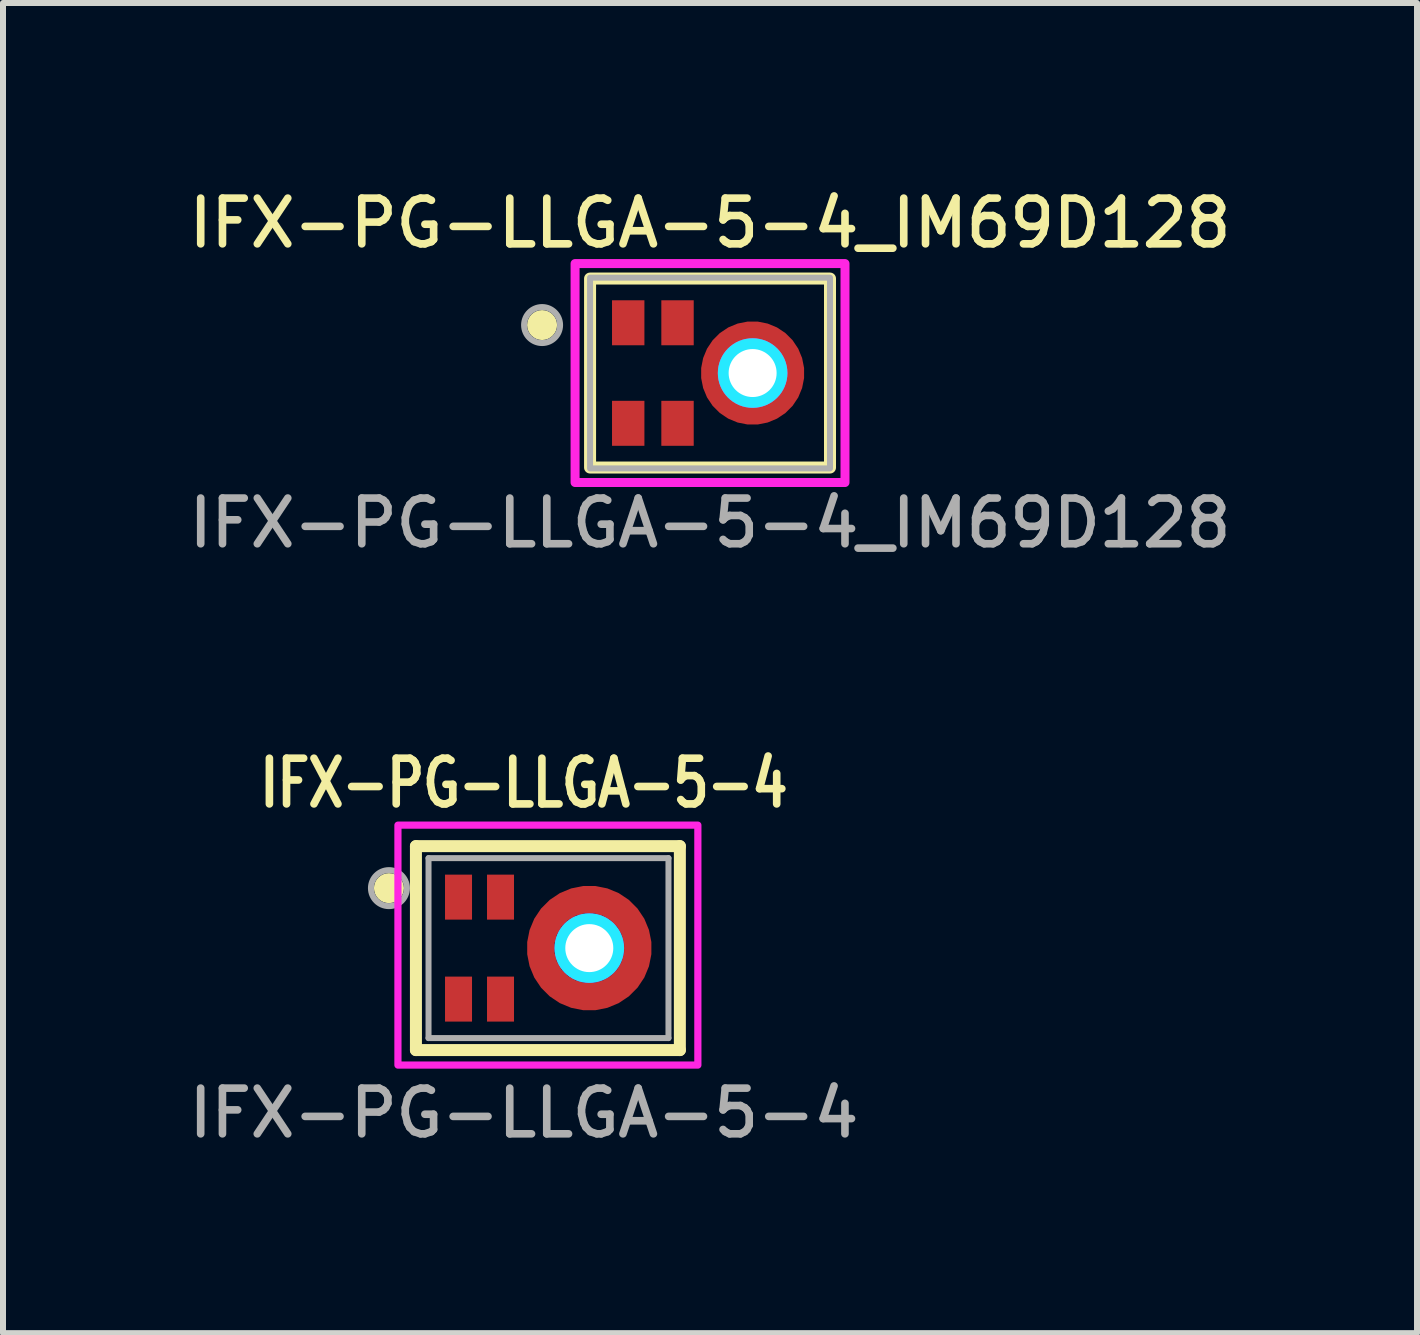
<source format=kicad_pcb>
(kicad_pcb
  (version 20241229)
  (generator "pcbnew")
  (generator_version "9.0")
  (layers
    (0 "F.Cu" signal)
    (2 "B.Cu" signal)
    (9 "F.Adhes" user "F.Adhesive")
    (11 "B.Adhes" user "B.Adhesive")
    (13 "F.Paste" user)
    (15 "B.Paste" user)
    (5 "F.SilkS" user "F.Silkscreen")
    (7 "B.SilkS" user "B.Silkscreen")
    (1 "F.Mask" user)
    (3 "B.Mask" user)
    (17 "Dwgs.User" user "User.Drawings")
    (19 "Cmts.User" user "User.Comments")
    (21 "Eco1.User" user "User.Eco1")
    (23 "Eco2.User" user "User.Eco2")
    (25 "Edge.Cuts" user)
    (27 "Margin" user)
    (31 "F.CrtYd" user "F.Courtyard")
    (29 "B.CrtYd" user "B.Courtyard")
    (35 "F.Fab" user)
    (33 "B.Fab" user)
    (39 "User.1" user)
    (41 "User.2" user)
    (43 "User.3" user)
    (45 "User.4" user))
  (footprint "IFX-PG-LLGA-5-4_IM69D128"
    (layer "F.Cu")
    (at 8.787 3.169)
    (property "Reference" "IFX-PG-LLGA-5-4_IM69D128" (at 0 -2.5 0) (unlocked yes) (layer "F.SilkS") (effects (font (size 0.762 0.762) (thickness 0.127) (bold yes))))
    (attr smd)
    (fp_circle (center 0.71 0) (end 1.15 0) (stroke (width 0.12) (type solid)) (fill no) (layer "F.Mask"))
    (fp_rect (start -2 -1.575) (end 2 1.575) (stroke (width 0.2) (type solid)) (fill no) (layer "F.SilkS"))
    (fp_circle (center -2.8 -0.8) (end -2.8 -0.675) (stroke (width 0.25) (type solid)) (fill no) (layer "F.SilkS"))
    (fp_line (start -1.36 -0.715) (end -1.36 -0.965) (stroke (width 0.4) (type solid)) (layer "F.Paste"))
    (fp_line (start -1.36 0.965) (end -1.36 0.715) (stroke (width 0.4) (type solid)) (layer "F.Paste"))
    (fp_line (start -0.54 -0.715) (end -0.54 -0.965) (stroke (width 0.4) (type solid)) (layer "F.Paste"))
    (fp_line (start -0.54 0.965) (end -0.54 0.715) (stroke (width 0.4) (type solid)) (layer "F.Paste"))
    (fp_arc (start 0.0664 -0.2342) (mid 0.367515 -0.593106) (end 0.828882 -0.674491) (stroke (width 0.29) (type solid)) (layer "F.Paste"))
    (fp_arc (start 0.8289 0.6746) (mid 0.367458 0.593201) (end 0.066295 0.234237) (stroke (width 0.29) (type solid)) (layer "F.Paste"))
    (fp_arc (start 1.2347 -0.4403) (mid 1.394963 -0.000019) (end 1.234724 0.440271) (stroke (width 0.29) (type solid)) (layer "F.Paste"))
    (fp_circle (center 0.71 0) (end 0.71 0.29) (stroke (width 0.58) (type solid)) (fill no) (layer "B.CrtYd"))
    (fp_rect (start -2.25 -1.825) (end 2.25 1.825) (stroke (width 0.15) (type solid)) (fill no) (layer "F.CrtYd"))
    (fp_circle (center 0.71 0) (end 0.71 0.29) (stroke (width 0.58) (type solid)) (fill no) (layer "F.CrtYd"))
    (fp_rect (start -2 -1.59) (end 2 1.59) (stroke (width 0.1) (type solid)) (fill no) (layer "F.Fab"))
    (fp_circle (center -2.8 -0.8) (end -2.8 -0.5) (stroke (width 0.1) (type solid)) (fill no) (layer "F.Fab"))
    (fp_text user "${Reference}" (at 0 2.5 0) (unlocked yes) (layer "F.Fab") (effects (font (size 0.762 0.762) (thickness 0.127) (bold yes))))
    (pad "" np_thru_hole circle (at 0.71 0) (size 0.8 0.8) (drill 0.8) (layers "*.Cu"))
    (pad "1" smd rect (at -1.364 -0.838) (size 0.54 0.75) (layers "F.Cu" "F.Mask"))
    (pad "2" smd rect (at -0.542 -0.838) (size 0.54 0.75) (layers "F.Cu" "F.Mask"))
    (pad "3" smd rect (at -1.364 0.838) (size 0.54 0.75) (layers "F.Cu" "F.Mask"))
    (pad "4" smd rect (at -0.542 0.838) (size 0.54 0.75) (layers "F.Cu" "F.Mask"))
    (pad "5" smd custom (at 0 0) (size 0.3 0.3) (layers "F.Cu" "F.Mask") (options (anchor circle)) (primitives (gr_circle (center 0.71 0) (end 1.387 0) (width 0.37) (fill no)))))
  (footprint "IFX-PG-LLGA-5-4"
    (layer "F.Cu")
    (at 5.684 12.756)
    (property "Reference" "IFX-PG-LLGA-5-4" (at 0 -2.75 0) (unlocked yes) (layer "F.SilkS") (effects (font (size 0.762 0.6) (thickness 0.127) (bold yes))))
    (attr smd)
    (fp_circle (center 1.09 0) (end 1.57 0) (stroke (width 0.2) (type solid)) (fill no) (layer "F.Mask"))
    (fp_line (start -1.8 -1.7) (end 2.6 -1.7) (stroke (width 0.2) (type solid)) (layer "F.SilkS"))
    (fp_line (start -1.8 1.7) (end -1.8 -1.7) (stroke (width 0.2) (type solid)) (layer "F.SilkS"))
    (fp_line (start -1.8 1.7) (end 2.6 1.7) (stroke (width 0.2) (type solid)) (layer "F.SilkS"))
    (fp_line (start 2.6 1.7) (end 2.6 -1.7) (stroke (width 0.2) (type solid)) (layer "F.SilkS"))
    (fp_circle (center -2.25 -1) (end -2.125 -1) (stroke (width 0.25) (type solid)) (fill no) (layer "F.SilkS"))
    (fp_line (start -1.09 -0.725) (end -1.09 -0.975) (stroke (width 0.4) (type solid)) (layer "F.Paste"))
    (fp_line (start -1.09 0.975) (end -1.09 0.726) (stroke (width 0.4) (type solid)) (layer "F.Paste"))
    (fp_line (start -0.39 -0.725) (end -0.39 -0.975) (stroke (width 0.4) (type solid)) (layer "F.Paste"))
    (fp_line (start -0.39 0.975) (end -0.39 0.726) (stroke (width 0.4) (type solid)) (layer "F.Paste"))
    (fp_arc (start 0.307481 0.166328) (mid 0.289999 0) (end 0.307481 -0.166328) (stroke (width 0.4) (type solid)) (layer "F.Paste"))
    (fp_arc (start 0.554696 -0.594515) (mid 0.69 -0.692819) (end 0.842787 -0.760843) (stroke (width 0.4) (type solid)) (layer "F.Paste"))
    (fp_arc (start 0.842787 0.760843) (mid 0.690001 0.692818) (end 0.554696 0.594515) (stroke (width 0.4) (type solid)) (layer "F.Paste"))
    (fp_arc (start 1.337212 -0.760843) (mid 1.489998 -0.692818) (end 1.625303 -0.594515) (stroke (width 0.4) (type solid)) (layer "F.Paste"))
    (fp_arc (start 1.625303 0.594515) (mid 1.489999 0.692819) (end 1.337212 0.760843) (stroke (width 0.4) (type solid)) (layer "F.Paste"))
    (fp_arc (start 1.872518 -0.166328) (mid 1.89 0) (end 1.872518 0.166328) (stroke (width 0.4) (type solid)) (layer "F.Paste"))
    (fp_circle (center 1.09 0) (end 1.38 0) (stroke (width 0.58) (type solid)) (fill no) (layer "B.CrtYd"))
    (fp_rect (start -2.1 -2.05) (end 2.9 1.95) (stroke (width 0.12) (type solid)) (fill no) (layer "F.CrtYd"))
    (fp_circle (center 1.09 0) (end 1.38 0) (stroke (width 0.58) (type solid)) (fill no) (layer "F.CrtYd"))
    (fp_line (start -1.59 -1.5) (end 2.41 -1.5) (stroke (width 0.1) (type solid)) (layer "F.Fab"))
    (fp_line (start -1.59 1.5) (end -1.59 -1.5) (stroke (width 0.1) (type solid)) (layer "F.Fab"))
    (fp_line (start -1.59 1.5) (end 2.41 1.5) (stroke (width 0.1) (type solid)) (layer "F.Fab"))
    (fp_line (start 2.41 1.5) (end 2.41 -1.5) (stroke (width 0.1) (type solid)) (layer "F.Fab"))
    (fp_circle (center -2.25 -1) (end -1.95 -1) (stroke (width 0.1) (type solid)) (fill no) (layer "F.Fab"))
    (fp_text user "${Reference}" (at 0 2.75 0) (unlocked yes) (layer "F.Fab") (effects (font (size 0.762 0.762) (thickness 0.127) (bold yes))))
    (pad "" np_thru_hole circle (at 1.09 0) (size 0.8 0.8) (drill 0.8) (layers "*.Cu"))
    (pad "1" smd rect (at -1.09 -0.85) (size 0.45 0.75) (layers "F.Cu" "F.Mask"))
    (pad "2" smd rect (at -0.39 -0.85) (size 0.45 0.75) (layers "F.Cu" "F.Mask"))
    (pad "3" smd rect (at -1.09 0.85) (size 0.45 0.75) (layers "F.Cu" "F.Mask"))
    (pad "4" smd rect (at -0.39 0.85) (size 0.45 0.75) (layers "F.Cu" "F.Mask"))
    (pad "5" smd custom (at 0.285 0) (size 0.4 0.4) (layers "F.Cu" "F.Mask") (options (anchor circle)) (primitives (gr_poly (pts (xy -0.2 0) (xy -0.185 -0.077) (xy -0.141 -0.141) (xy -0.077 -0.185) (xy 0 -0.2) (xy 0.077 -0.185) (xy 0.141 -0.141) (xy 0.185 -0.077) (xy 0.2 0) (xy 0.185 0.077) (xy 0.141 0.141) (xy 0.077 0.185) (xy 0 0.2) (xy -0.077 0.185) (xy -0.141 0.141) (xy -0.185 0.077) (xy -0.2 0)) (width 0) (fill yes)) (gr_circle (center 0.805 0) (end 1.615 0) (width 0.46) (fill no)))))
  (gr_rect
    (start -3 -3)
    (end 20.573 19.175)
    (stroke (width 0.1) (type default))
    (fill no)
    (layer "Edge.Cuts")))
</source>
